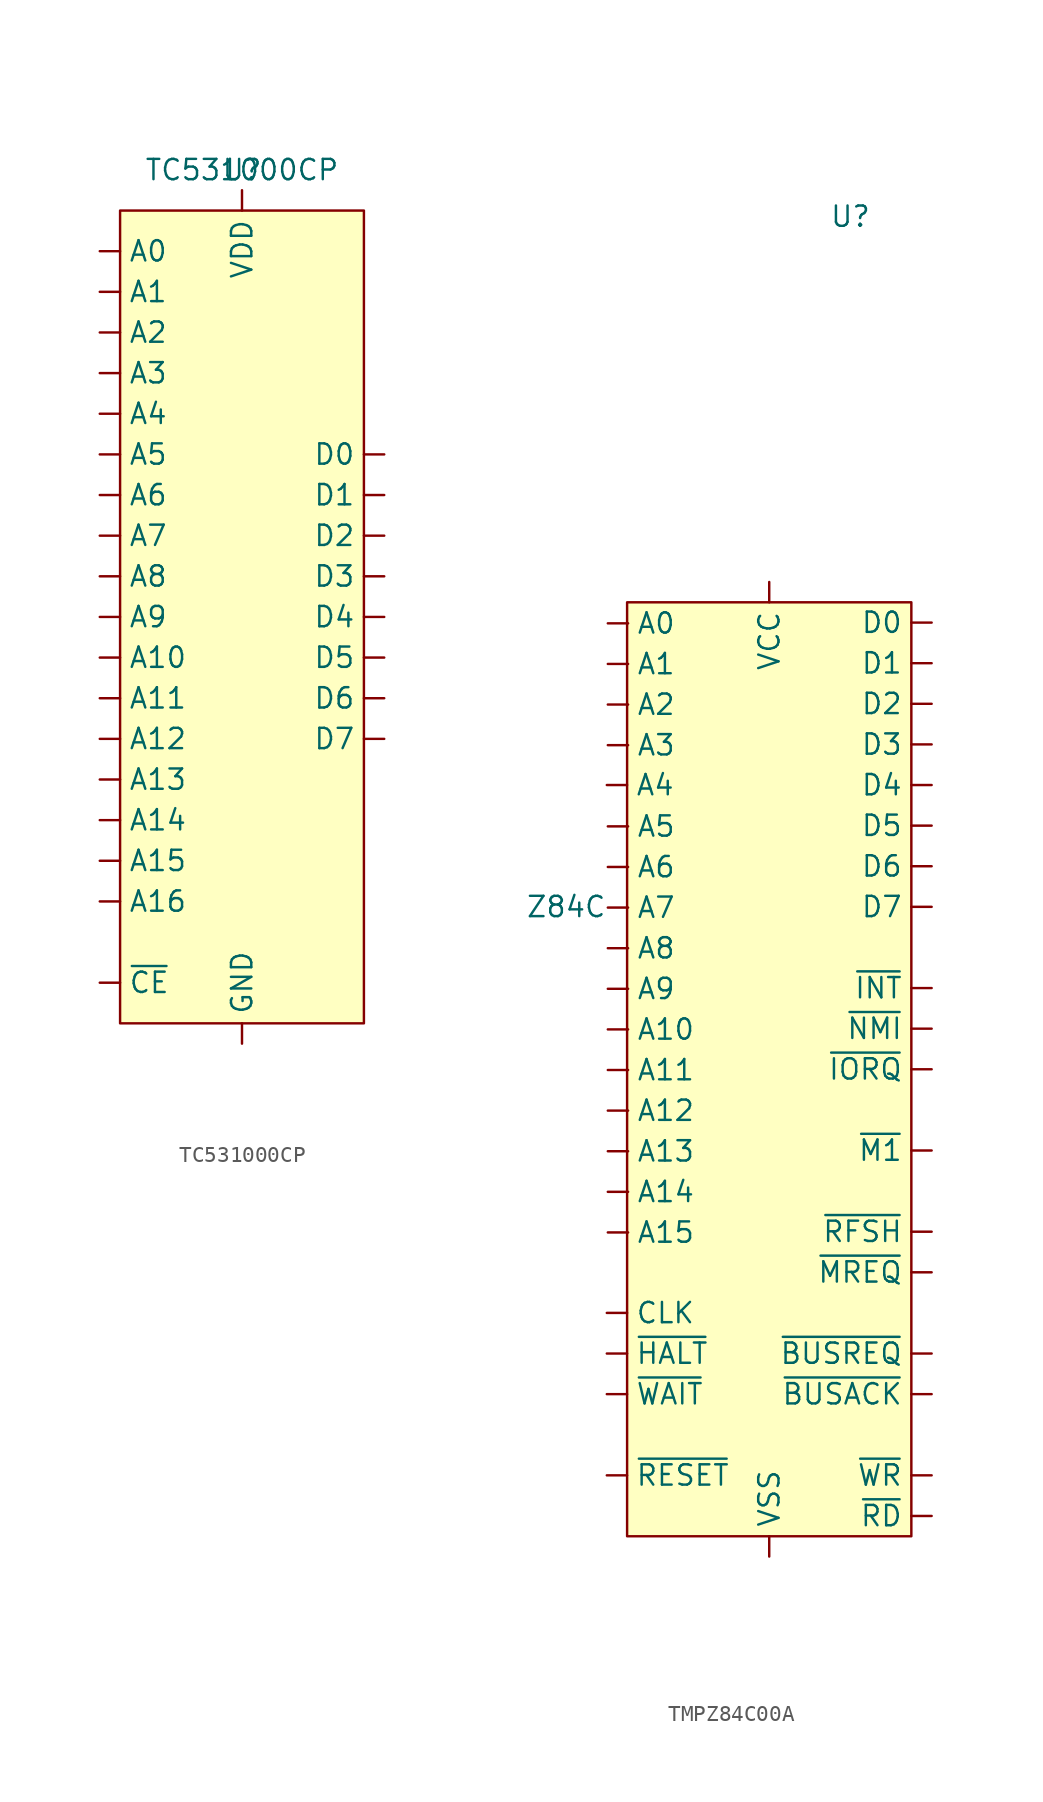
<source format=kicad_sym>
(kicad_symbol_lib
  (version 20231120)
  (generator "kicad_symbol_editor")
  (generator_version "8.0")
  (symbol "TC531000CP"
    (pin_numbers hide)
    (property "Reference" "U"
      (at 0 0 0)
      (effects (font (size 1.27 1.27))))
    (property "Value" "TC531000CP"
      (at 0 0 0)
      (effects (font (size 1.27 1.27))))
    (symbol "TC531000CP_1_1"
      (rectangle (start -7.62 -2.54) (end 7.62 -53.34) (stroke (width 0) (type default)) (fill (type background)))
      (pin input line (at -8.89 -43.18 0) (length 1.27) (name "A15" (effects (font (size 1.27 1.27)))) (number "1" (effects (font (size 1.27 1.27)))))
      (pin input line (at -8.89 -5.08 0) (length 1.27) (name "A0" (effects (font (size 1.27 1.27)))) (number "10" (effects (font (size 1.27 1.27)))))
      (pin input line (at 8.89 -17.78 180) (length 1.27) (name "D0" (effects (font (size 1.27 1.27)))) (number "11" (effects (font (size 1.27 1.27)))))
      (pin input line (at 8.89 -20.32 180) (length 1.27) (name "D1" (effects (font (size 1.27 1.27)))) (number "12" (effects (font (size 1.27 1.27)))))
      (pin input line (at 8.89 -22.86 180) (length 1.27) (name "D2" (effects (font (size 1.27 1.27)))) (number "13" (effects (font (size 1.27 1.27)))))
      (pin input line (at 0 -54.61 90) (length 1.27) (name "GND" (effects (font (size 1.27 1.27)))) (number "14" (effects (font (size 1.27 1.27)))))
      (pin input line (at 8.89 -25.4 180) (length 1.27) (name "D3" (effects (font (size 1.27 1.27)))) (number "15" (effects (font (size 1.27 1.27)))))
      (pin input line (at 8.89 -27.94 180) (length 1.27) (name "D4" (effects (font (size 1.27 1.27)))) (number "16" (effects (font (size 1.27 1.27)))))
      (pin input line (at 8.89 -30.48 180) (length 1.27) (name "D5" (effects (font (size 1.27 1.27)))) (number "17" (effects (font (size 1.27 1.27)))))
      (pin input line (at 8.89 -33.02 180) (length 1.27) (name "D6" (effects (font (size 1.27 1.27)))) (number "18" (effects (font (size 1.27 1.27)))))
      (pin input line (at 8.89 -35.56 180) (length 1.27) (name "D7" (effects (font (size 1.27 1.27)))) (number "19" (effects (font (size 1.27 1.27)))))
      (pin input line (at -8.89 -35.56 0) (length 1.27) (name "A12" (effects (font (size 1.27 1.27)))) (number "2" (effects (font (size 1.27 1.27)))))
      (pin input line (at -8.89 -50.8 0) (length 1.27) (name "~{CE}" (effects (font (size 1.27 1.27)))) (number "20" (effects (font (size 1.27 1.27)))))
      (pin input line (at -8.89 -30.48 0) (length 1.27) (name "A10" (effects (font (size 1.27 1.27)))) (number "21" (effects (font (size 1.27 1.27)))))
      (pin input line (at -8.89 -45.72 0) (length 1.27) (name "A16" (effects (font (size 1.27 1.27)))) (number "22" (effects (font (size 1.27 1.27)))))
      (pin input line (at -8.89 -33.02 0) (length 1.27) (name "A11" (effects (font (size 1.27 1.27)))) (number "23" (effects (font (size 1.27 1.27)))))
      (pin input line (at -8.89 -27.94 0) (length 1.27) (name "A9" (effects (font (size 1.27 1.27)))) (number "24" (effects (font (size 1.27 1.27)))))
      (pin input line (at -8.89 -25.4 0) (length 1.27) (name "A8" (effects (font (size 1.27 1.27)))) (number "25" (effects (font (size 1.27 1.27)))))
      (pin input line (at -8.89 -38.1 0) (length 1.27) (name "A13" (effects (font (size 1.27 1.27)))) (number "26" (effects (font (size 1.27 1.27)))))
      (pin input line (at -8.89 -40.64 0) (length 1.27) (name "A14" (effects (font (size 1.27 1.27)))) (number "27" (effects (font (size 1.27 1.27)))))
      (pin input line (at 0 -1.27 270) (length 1.27) (name "VDD" (effects (font (size 1.27 1.27)))) (number "28" (effects (font (size 1.27 1.27)))))
      (pin input line (at -8.89 -22.86 0) (length 1.27) (name "A7" (effects (font (size 1.27 1.27)))) (number "3" (effects (font (size 1.27 1.27)))))
      (pin input line (at -8.89 -20.32 0) (length 1.27) (name "A6" (effects (font (size 1.27 1.27)))) (number "4" (effects (font (size 1.27 1.27)))))
      (pin input line (at -8.89 -17.78 0) (length 1.27) (name "A5" (effects (font (size 1.27 1.27)))) (number "5" (effects (font (size 1.27 1.27)))))
      (pin input line (at -8.89 -15.24 0) (length 1.27) (name "A4" (effects (font (size 1.27 1.27)))) (number "6" (effects (font (size 1.27 1.27)))))
      (pin input line (at -8.89 -12.7 0) (length 1.27) (name "A3" (effects (font (size 1.27 1.27)))) (number "7" (effects (font (size 1.27 1.27)))))
      (pin input line (at -8.89 -10.16 0) (length 1.27) (name "A2" (effects (font (size 1.27 1.27)))) (number "8" (effects (font (size 1.27 1.27)))))
      (pin input line (at -8.89 -7.62 0) (length 1.27) (name "A1" (effects (font (size 1.27 1.27)))) (number "9" (effects (font (size 1.27 1.27)))))))
  (symbol "TMPZ84C00A"
    (pin_numbers hide)
    (property "Reference" "U"
      (at 5.08 22.86 0)
      (effects (font (size 1.27 1.27))))
    (property "Value" "Z84C"
      (at -12.7 -20.32 0)
      (effects (font (size 1.27 1.27))))
    (symbol "TMPZ84C00A_1_1"
      (rectangle (start -8.89 -1.27) (end 8.89 -59.69) (stroke (width 0) (type default)) (fill (type background)))
      (pin bidirectional line (at -10.097 -30.526 0) (length 1.27) (name "A11" (effects (font (size 1.27 1.27)))) (number "1" (effects (font (size 1.27 1.27)))))
      (pin bidirectional line (at 10.16 -17.78 180) (length 1.27) (name "D6" (effects (font (size 1.27 1.27)))) (number "10" (effects (font (size 1.27 1.27)))))
      (pin power_in line (at 0 0 270) (length 1.27) (name "VCC" (effects (font (size 1.27 1.27)))) (number "11" (effects (font (size 1.27 1.27)))))
      (pin bidirectional line (at 10.16 -7.62 180) (length 1.27) (name "D2" (effects (font (size 1.27 1.27)))) (number "12" (effects (font (size 1.27 1.27)))))
      (pin bidirectional line (at 10.16 -20.32 180) (length 1.27) (name "D7" (effects (font (size 1.27 1.27)))) (number "13" (effects (font (size 1.27 1.27)))))
      (pin bidirectional line (at 10.16 -2.54 180) (length 1.27) (name "D0" (effects (font (size 1.27 1.27)))) (number "14" (effects (font (size 1.27 1.27)))))
      (pin bidirectional line (at 10.16 -5.08 180) (length 1.27) (name "D1" (effects (font (size 1.27 1.27)))) (number "15" (effects (font (size 1.27 1.27)))))
      (pin bidirectional line (at 10.16 -25.4 180) (length 1.27) (name "~{INT}" (effects (font (size 1.27 1.27)))) (number "16" (effects (font (size 1.27 1.27)))))
      (pin bidirectional line (at 10.16 -27.94 180) (length 1.27) (name "~{NMI}" (effects (font (size 1.27 1.27)))) (number "17" (effects (font (size 1.27 1.27)))))
      (pin bidirectional line (at -10.16 -48.26 0) (length 1.27) (name "~{HALT}" (effects (font (size 1.27 1.27)))) (number "18" (effects (font (size 1.27 1.27)))))
      (pin bidirectional line (at 10.16 -43.18 180) (length 1.27) (name "~{MREQ}" (effects (font (size 1.27 1.27)))) (number "19" (effects (font (size 1.27 1.27)))))
      (pin bidirectional line (at -10.097 -33.066 0) (length 1.27) (name "A12" (effects (font (size 1.27 1.27)))) (number "2" (effects (font (size 1.27 1.27)))))
      (pin bidirectional line (at 10.16 -30.48 180) (length 1.27) (name "~{IORQ}" (effects (font (size 1.27 1.27)))) (number "20" (effects (font (size 1.27 1.27)))))
      (pin bidirectional line (at 10.16 -58.42 180) (length 1.27) (name "~{RD}" (effects (font (size 1.27 1.27)))) (number "21" (effects (font (size 1.27 1.27)))))
      (pin bidirectional line (at 10.16 -55.88 180) (length 1.27) (name "~{WR}" (effects (font (size 1.27 1.27)))) (number "22" (effects (font (size 1.27 1.27)))))
      (pin bidirectional line (at 10.16 -50.8 180) (length 1.27) (name "~{BUSACK}" (effects (font (size 1.27 1.27)))) (number "23" (effects (font (size 1.27 1.27)))))
      (pin bidirectional line (at -10.16 -50.8 0) (length 1.27) (name "~{WAIT}" (effects (font (size 1.27 1.27)))) (number "24" (effects (font (size 1.27 1.27)))))
      (pin bidirectional line (at 10.16 -48.26 180) (length 1.27) (name "~{BUSREQ}" (effects (font (size 1.27 1.27)))) (number "25" (effects (font (size 1.27 1.27)))))
      (pin bidirectional line (at -10.16 -55.88 0) (length 1.27) (name "~{RESET}" (effects (font (size 1.27 1.27)))) (number "26" (effects (font (size 1.27 1.27)))))
      (pin bidirectional line (at 10.16 -35.56 180) (length 1.27) (name "~{M1}" (effects (font (size 1.27 1.27)))) (number "27" (effects (font (size 1.27 1.27)))))
      (pin bidirectional line (at 10.16 -40.64 180) (length 1.27) (name "~{RFSH}" (effects (font (size 1.27 1.27)))) (number "28" (effects (font (size 1.27 1.27)))))
      (pin power_in line (at 0 -60.96 90) (length 1.27) (name "VSS" (effects (font (size 1.27 1.27)))) (number "29" (effects (font (size 1.27 1.27)))))
      (pin bidirectional line (at -10.097 -35.606 0) (length 1.27) (name "A13" (effects (font (size 1.27 1.27)))) (number "3" (effects (font (size 1.27 1.27)))))
      (pin bidirectional line (at -10.097 -2.586 0) (length 1.27) (name "A0" (effects (font (size 1.27 1.27)))) (number "30" (effects (font (size 1.27 1.27)))))
      (pin bidirectional line (at -10.097 -5.126 0) (length 1.27) (name "A1" (effects (font (size 1.27 1.27)))) (number "31" (effects (font (size 1.27 1.27)))))
      (pin bidirectional line (at -10.097 -7.666 0) (length 1.27) (name "A2" (effects (font (size 1.27 1.27)))) (number "32" (effects (font (size 1.27 1.27)))))
      (pin bidirectional line (at -10.097 -10.206 0) (length 1.27) (name "A3" (effects (font (size 1.27 1.27)))) (number "33" (effects (font (size 1.27 1.27)))))
      (pin bidirectional line (at -10.16 -12.7 0) (length 1.27) (name "A4" (effects (font (size 1.27 1.27)))) (number "34" (effects (font (size 1.27 1.27)))))
      (pin bidirectional line (at -10.097 -15.286 0) (length 1.27) (name "A5" (effects (font (size 1.27 1.27)))) (number "35" (effects (font (size 1.27 1.27)))))
      (pin bidirectional line (at -10.097 -17.826 0) (length 1.27) (name "A6" (effects (font (size 1.27 1.27)))) (number "36" (effects (font (size 1.27 1.27)))))
      (pin bidirectional line (at -10.097 -20.366 0) (length 1.27) (name "A7" (effects (font (size 1.27 1.27)))) (number "37" (effects (font (size 1.27 1.27)))))
      (pin bidirectional line (at -10.097 -22.906 0) (length 1.27) (name "A8" (effects (font (size 1.27 1.27)))) (number "38" (effects (font (size 1.27 1.27)))))
      (pin bidirectional line (at -10.097 -25.446 0) (length 1.27) (name "A9" (effects (font (size 1.27 1.27)))) (number "39" (effects (font (size 1.27 1.27)))))
      (pin bidirectional line (at -10.097 -38.146 0) (length 1.27) (name "A14" (effects (font (size 1.27 1.27)))) (number "4" (effects (font (size 1.27 1.27)))))
      (pin bidirectional line (at -10.097 -27.986 0) (length 1.27) (name "A10" (effects (font (size 1.27 1.27)))) (number "40" (effects (font (size 1.27 1.27)))))
      (pin bidirectional line (at -10.097 -40.686 0) (length 1.27) (name "A15" (effects (font (size 1.27 1.27)))) (number "5" (effects (font (size 1.27 1.27)))))
      (pin bidirectional line (at -10.16 -45.72 0) (length 1.27) (name "CLK" (effects (font (size 1.27 1.27)))) (number "6" (effects (font (size 1.27 1.27)))))
      (pin bidirectional line (at 10.16 -12.7 180) (length 1.27) (name "D4" (effects (font (size 1.27 1.27)))) (number "7" (effects (font (size 1.27 1.27)))))
      (pin bidirectional line (at 10.16 -10.16 180) (length 1.27) (name "D3" (effects (font (size 1.27 1.27)))) (number "8" (effects (font (size 1.27 1.27)))))
      (pin bidirectional line (at 10.16 -15.24 180) (length 1.27) (name "D5" (effects (font (size 1.27 1.27)))) (number "9" (effects (font (size 1.27 1.27))))))))
</source>
